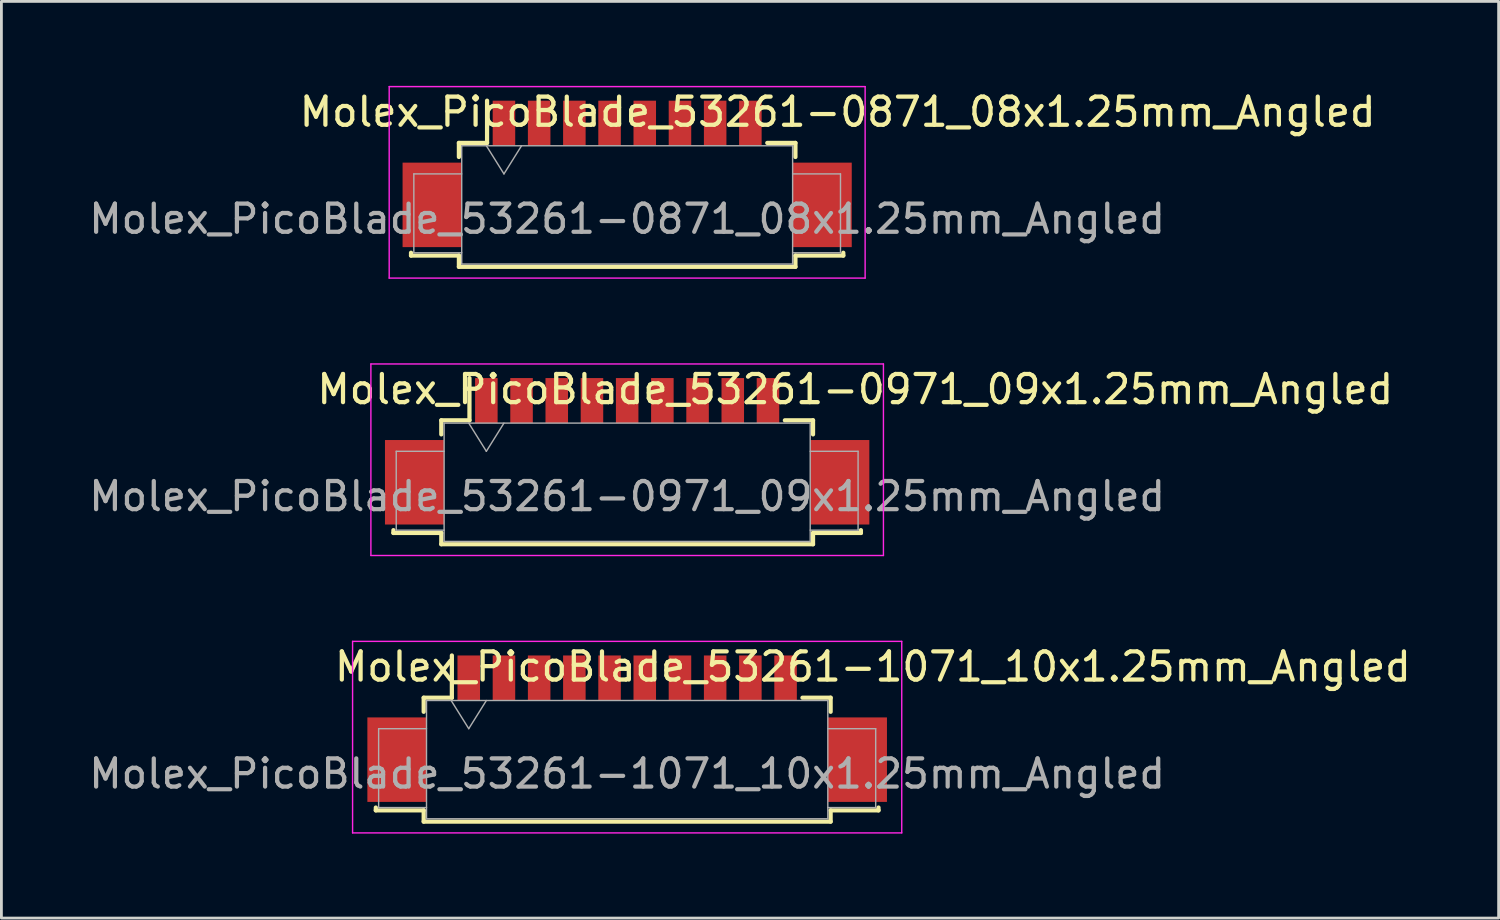
<source format=kicad_pcb>
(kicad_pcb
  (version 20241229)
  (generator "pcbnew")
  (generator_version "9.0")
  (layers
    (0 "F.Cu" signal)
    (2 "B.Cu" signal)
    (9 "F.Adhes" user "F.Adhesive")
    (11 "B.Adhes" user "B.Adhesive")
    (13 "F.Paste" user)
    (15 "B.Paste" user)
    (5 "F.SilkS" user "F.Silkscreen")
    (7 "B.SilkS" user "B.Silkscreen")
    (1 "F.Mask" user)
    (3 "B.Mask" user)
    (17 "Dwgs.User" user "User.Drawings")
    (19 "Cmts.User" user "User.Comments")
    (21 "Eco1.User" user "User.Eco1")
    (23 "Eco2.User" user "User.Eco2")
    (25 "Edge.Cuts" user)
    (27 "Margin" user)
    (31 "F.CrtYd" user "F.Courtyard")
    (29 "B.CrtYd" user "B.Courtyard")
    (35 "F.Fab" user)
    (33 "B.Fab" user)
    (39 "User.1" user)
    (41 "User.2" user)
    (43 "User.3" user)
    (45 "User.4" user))
  (footprint "Molex_PicoBlade_53261-0871_08x1.25mm_Angled"
    (layer "F.Cu")
    (at 19.22 4.225)
    (property "Reference" "Molex_PicoBlade_53261-0871_08x1.25mm_Angled" (at 0 0.5 0) (layer "F.Fab") (effects (font (size 1 1) (thickness 0.15))))
    (attr through_hole)
    (fp_line (start -7.675 1.7) (end -7.675 1.8) (stroke (width 0.15) (type solid)) (layer "F.SilkS"))
    (fp_line (start -7.675 1.8) (end -5.975 1.8) (stroke (width 0.15) (type solid)) (layer "F.SilkS"))
    (fp_line (start -5.975 -2.2) (end -5.975 -1.7) (stroke (width 0.15) (type solid)) (layer "F.SilkS"))
    (fp_line (start -5.975 1.8) (end -5.975 2.2) (stroke (width 0.15) (type solid)) (layer "F.SilkS"))
    (fp_line (start -5.975 2.2) (end 5.975 2.2) (stroke (width 0.15) (type solid)) (layer "F.SilkS"))
    (fp_line (start -4.975 -3.7) (end -4.975 -2.2) (stroke (width 0.15) (type solid)) (layer "F.SilkS"))
    (fp_line (start -4.975 -2.2) (end -5.975 -2.2) (stroke (width 0.15) (type solid)) (layer "F.SilkS"))
    (fp_line (start 4.975 -2.2) (end 5.975 -2.2) (stroke (width 0.15) (type solid)) (layer "F.SilkS"))
    (fp_line (start 5.975 -2.2) (end 5.975 -1.7) (stroke (width 0.15) (type solid)) (layer "F.SilkS"))
    (fp_line (start 5.975 1.8) (end 7.675 1.8) (stroke (width 0.15) (type solid)) (layer "F.SilkS"))
    (fp_line (start 5.975 2.2) (end 5.975 1.8) (stroke (width 0.15) (type solid)) (layer "F.SilkS"))
    (fp_line (start 7.675 1.8) (end 7.675 1.7) (stroke (width 0.15) (type solid)) (layer "F.SilkS"))
    (fp_line (start -8.45 -4.2) (end -8.45 2.6) (stroke (width 0.05) (type solid)) (layer "F.CrtYd"))
    (fp_line (start -8.45 2.6) (end 8.45 2.6) (stroke (width 0.05) (type solid)) (layer "F.CrtYd"))
    (fp_line (start 8.45 -4.2) (end -8.45 -4.2) (stroke (width 0.05) (type solid)) (layer "F.CrtYd"))
    (fp_line (start 8.45 2.6) (end 8.45 -4.2) (stroke (width 0.05) (type solid)) (layer "F.CrtYd"))
    (fp_line (start -7.575 -1.1) (end -5.875 -1.1) (stroke (width 0.05) (type solid)) (layer "F.Fab"))
    (fp_line (start -7.575 1.7) (end -7.575 -1.1) (stroke (width 0.05) (type solid)) (layer "F.Fab"))
    (fp_line (start -5.875 -2.1) (end 5.875 -2.1) (stroke (width 0.05) (type solid)) (layer "F.Fab"))
    (fp_line (start -5.875 1.7) (end -7.575 1.7) (stroke (width 0.05) (type solid)) (layer "F.Fab"))
    (fp_line (start -5.875 2.1) (end -5.875 -2.1) (stroke (width 0.05) (type solid)) (layer "F.Fab"))
    (fp_line (start -5 -2.1) (end -4.375 -1.1) (stroke (width 0.05) (type solid)) (layer "F.Fab"))
    (fp_line (start -4.375 -1.1) (end -3.75 -2.1) (stroke (width 0.05) (type solid)) (layer "F.Fab"))
    (fp_line (start 5.875 -2.1) (end 5.875 2.1) (stroke (width 0.05) (type solid)) (layer "F.Fab"))
    (fp_line (start 5.875 -1.1) (end 7.575 -1.1) (stroke (width 0.05) (type solid)) (layer "F.Fab"))
    (fp_line (start 5.875 2.1) (end -5.875 2.1) (stroke (width 0.05) (type solid)) (layer "F.Fab"))
    (fp_line (start 7.575 -1.1) (end 7.575 1.7) (stroke (width 0.05) (type solid)) (layer "F.Fab"))
    (fp_line (start 7.575 1.7) (end 5.875 1.7) (stroke (width 0.05) (type solid)) (layer "F.Fab"))
    (fp_text user "${REFERENCE}" (at 7.475 -3.3 0) (layer "F.SilkS") (effects (font (size 1 1) (thickness 0.15))))
    (pad "" smd rect (at -6.925 0) (size 2.1 3) (layers "F.Cu" "F.Mask" "F.Paste"))
    (pad "" smd rect (at 6.925 0) (size 2.1 3) (layers "F.Cu" "F.Mask" "F.Paste"))
    (pad "1" smd rect (at -4.375 -2.9) (size 0.8 1.6) (layers "F.Cu" "F.Mask" "F.Paste"))
    (pad "2" smd rect (at -3.125 -2.9) (size 0.8 1.6) (layers "F.Cu" "F.Mask" "F.Paste"))
    (pad "3" smd rect (at -1.875 -2.9) (size 0.8 1.6) (layers "F.Cu" "F.Mask" "F.Paste"))
    (pad "4" smd rect (at -0.625 -2.9) (size 0.8 1.6) (layers "F.Cu" "F.Mask" "F.Paste"))
    (pad "5" smd rect (at 0.625 -2.9) (size 0.8 1.6) (layers "F.Cu" "F.Mask" "F.Paste"))
    (pad "6" smd rect (at 1.875 -2.9) (size 0.8 1.6) (layers "F.Cu" "F.Mask" "F.Paste"))
    (pad "7" smd rect (at 3.125 -2.9) (size 0.8 1.6) (layers "F.Cu" "F.Mask" "F.Paste"))
    (pad "8" smd rect (at 4.375 -2.9) (size 0.8 1.6) (layers "F.Cu" "F.Mask" "F.Paste")))
  (footprint "Molex_PicoBlade_53261-1071_10x1.25mm_Angled"
    (layer "F.Cu")
    (at 19.22 23.925)
    (property "Reference" "Molex_PicoBlade_53261-1071_10x1.25mm_Angled" (at 0 0.5 0) (layer "F.Fab") (effects (font (size 1 1) (thickness 0.15))))
    (attr through_hole)
    (fp_line (start -8.925 1.7) (end -8.925 1.8) (stroke (width 0.15) (type solid)) (layer "F.SilkS"))
    (fp_line (start -8.925 1.8) (end -7.225 1.8) (stroke (width 0.15) (type solid)) (layer "F.SilkS"))
    (fp_line (start -7.225 -2.2) (end -7.225 -1.7) (stroke (width 0.15) (type solid)) (layer "F.SilkS"))
    (fp_line (start -7.225 1.8) (end -7.225 2.2) (stroke (width 0.15) (type solid)) (layer "F.SilkS"))
    (fp_line (start -7.225 2.2) (end 7.225 2.2) (stroke (width 0.15) (type solid)) (layer "F.SilkS"))
    (fp_line (start -6.225 -3.7) (end -6.225 -2.2) (stroke (width 0.15) (type solid)) (layer "F.SilkS"))
    (fp_line (start -6.225 -2.2) (end -7.225 -2.2) (stroke (width 0.15) (type solid)) (layer "F.SilkS"))
    (fp_line (start 6.225 -2.2) (end 7.225 -2.2) (stroke (width 0.15) (type solid)) (layer "F.SilkS"))
    (fp_line (start 7.225 -2.2) (end 7.225 -1.7) (stroke (width 0.15) (type solid)) (layer "F.SilkS"))
    (fp_line (start 7.225 1.8) (end 8.925 1.8) (stroke (width 0.15) (type solid)) (layer "F.SilkS"))
    (fp_line (start 7.225 2.2) (end 7.225 1.8) (stroke (width 0.15) (type solid)) (layer "F.SilkS"))
    (fp_line (start 8.925 1.8) (end 8.925 1.7) (stroke (width 0.15) (type solid)) (layer "F.SilkS"))
    (fp_line (start -9.75 -4.2) (end -9.75 2.6) (stroke (width 0.05) (type solid)) (layer "F.CrtYd"))
    (fp_line (start -9.75 2.6) (end 9.75 2.6) (stroke (width 0.05) (type solid)) (layer "F.CrtYd"))
    (fp_line (start 9.75 -4.2) (end -9.75 -4.2) (stroke (width 0.05) (type solid)) (layer "F.CrtYd"))
    (fp_line (start 9.75 2.6) (end 9.75 -4.2) (stroke (width 0.05) (type solid)) (layer "F.CrtYd"))
    (fp_line (start -8.825 -1.1) (end -7.125 -1.1) (stroke (width 0.05) (type solid)) (layer "F.Fab"))
    (fp_line (start -8.825 1.7) (end -8.825 -1.1) (stroke (width 0.05) (type solid)) (layer "F.Fab"))
    (fp_line (start -7.125 -2.1) (end 7.125 -2.1) (stroke (width 0.05) (type solid)) (layer "F.Fab"))
    (fp_line (start -7.125 1.7) (end -8.825 1.7) (stroke (width 0.05) (type solid)) (layer "F.Fab"))
    (fp_line (start -7.125 2.1) (end -7.125 -2.1) (stroke (width 0.05) (type solid)) (layer "F.Fab"))
    (fp_line (start -6.25 -2.1) (end -5.625 -1.1) (stroke (width 0.05) (type solid)) (layer "F.Fab"))
    (fp_line (start -5.625 -1.1) (end -5 -2.1) (stroke (width 0.05) (type solid)) (layer "F.Fab"))
    (fp_line (start 7.125 -2.1) (end 7.125 2.1) (stroke (width 0.05) (type solid)) (layer "F.Fab"))
    (fp_line (start 7.125 -1.1) (end 8.825 -1.1) (stroke (width 0.05) (type solid)) (layer "F.Fab"))
    (fp_line (start 7.125 2.1) (end -7.125 2.1) (stroke (width 0.05) (type solid)) (layer "F.Fab"))
    (fp_line (start 8.825 -1.1) (end 8.825 1.7) (stroke (width 0.05) (type solid)) (layer "F.Fab"))
    (fp_line (start 8.825 1.7) (end 7.125 1.7) (stroke (width 0.05) (type solid)) (layer "F.Fab"))
    (fp_text user "${REFERENCE}" (at 8.725 -3.3 0) (layer "F.SilkS") (effects (font (size 1 1) (thickness 0.15))))
    (pad "" smd rect (at -8.175 0) (size 2.1 3) (layers "F.Cu" "F.Mask" "F.Paste"))
    (pad "" smd rect (at 8.175 0) (size 2.1 3) (layers "F.Cu" "F.Mask" "F.Paste"))
    (pad "1" smd rect (at -5.625 -2.9) (size 0.8 1.6) (layers "F.Cu" "F.Mask" "F.Paste"))
    (pad "2" smd rect (at -4.375 -2.9) (size 0.8 1.6) (layers "F.Cu" "F.Mask" "F.Paste"))
    (pad "3" smd rect (at -3.125 -2.9) (size 0.8 1.6) (layers "F.Cu" "F.Mask" "F.Paste"))
    (pad "4" smd rect (at -1.875 -2.9) (size 0.8 1.6) (layers "F.Cu" "F.Mask" "F.Paste"))
    (pad "5" smd rect (at -0.625 -2.9) (size 0.8 1.6) (layers "F.Cu" "F.Mask" "F.Paste"))
    (pad "6" smd rect (at 0.625 -2.9) (size 0.8 1.6) (layers "F.Cu" "F.Mask" "F.Paste"))
    (pad "7" smd rect (at 1.875 -2.9) (size 0.8 1.6) (layers "F.Cu" "F.Mask" "F.Paste"))
    (pad "8" smd rect (at 3.125 -2.9) (size 0.8 1.6) (layers "F.Cu" "F.Mask" "F.Paste"))
    (pad "9" smd rect (at 4.375 -2.9) (size 0.8 1.6) (layers "F.Cu" "F.Mask" "F.Paste"))
    (pad "10" smd rect (at 5.625 -2.9) (size 0.8 1.6) (layers "F.Cu" "F.Mask" "F.Paste")))
  (footprint "Molex_PicoBlade_53261-0971_09x1.25mm_Angled"
    (layer "F.Cu")
    (at 19.22 14.075)
    (property "Reference" "Molex_PicoBlade_53261-0971_09x1.25mm_Angled" (at 0 0.5 0) (layer "F.Fab") (effects (font (size 1 1) (thickness 0.15))))
    (attr through_hole)
    (fp_line (start -8.3 1.7) (end -8.3 1.8) (stroke (width 0.15) (type solid)) (layer "F.SilkS"))
    (fp_line (start -8.3 1.8) (end -6.6 1.8) (stroke (width 0.15) (type solid)) (layer "F.SilkS"))
    (fp_line (start -6.6 -2.2) (end -6.6 -1.7) (stroke (width 0.15) (type solid)) (layer "F.SilkS"))
    (fp_line (start -6.6 1.8) (end -6.6 2.2) (stroke (width 0.15) (type solid)) (layer "F.SilkS"))
    (fp_line (start -6.6 2.2) (end 6.6 2.2) (stroke (width 0.15) (type solid)) (layer "F.SilkS"))
    (fp_line (start -5.6 -3.7) (end -5.6 -2.2) (stroke (width 0.15) (type solid)) (layer "F.SilkS"))
    (fp_line (start -5.6 -2.2) (end -6.6 -2.2) (stroke (width 0.15) (type solid)) (layer "F.SilkS"))
    (fp_line (start 5.6 -2.2) (end 6.6 -2.2) (stroke (width 0.15) (type solid)) (layer "F.SilkS"))
    (fp_line (start 6.6 -2.2) (end 6.6 -1.7) (stroke (width 0.15) (type solid)) (layer "F.SilkS"))
    (fp_line (start 6.6 1.8) (end 8.3 1.8) (stroke (width 0.15) (type solid)) (layer "F.SilkS"))
    (fp_line (start 6.6 2.2) (end 6.6 1.8) (stroke (width 0.15) (type solid)) (layer "F.SilkS"))
    (fp_line (start 8.3 1.8) (end 8.3 1.7) (stroke (width 0.15) (type solid)) (layer "F.SilkS"))
    (fp_line (start -9.1 -4.2) (end -9.1 2.6) (stroke (width 0.05) (type solid)) (layer "F.CrtYd"))
    (fp_line (start -9.1 2.6) (end 9.1 2.6) (stroke (width 0.05) (type solid)) (layer "F.CrtYd"))
    (fp_line (start 9.1 -4.2) (end -9.1 -4.2) (stroke (width 0.05) (type solid)) (layer "F.CrtYd"))
    (fp_line (start 9.1 2.6) (end 9.1 -4.2) (stroke (width 0.05) (type solid)) (layer "F.CrtYd"))
    (fp_line (start -8.2 -1.1) (end -6.5 -1.1) (stroke (width 0.05) (type solid)) (layer "F.Fab"))
    (fp_line (start -8.2 1.7) (end -8.2 -1.1) (stroke (width 0.05) (type solid)) (layer "F.Fab"))
    (fp_line (start -6.5 -2.1) (end 6.5 -2.1) (stroke (width 0.05) (type solid)) (layer "F.Fab"))
    (fp_line (start -6.5 1.7) (end -8.2 1.7) (stroke (width 0.05) (type solid)) (layer "F.Fab"))
    (fp_line (start -6.5 2.1) (end -6.5 -2.1) (stroke (width 0.05) (type solid)) (layer "F.Fab"))
    (fp_line (start -5.625 -2.1) (end -5 -1.1) (stroke (width 0.05) (type solid)) (layer "F.Fab"))
    (fp_line (start -5 -1.1) (end -4.375 -2.1) (stroke (width 0.05) (type solid)) (layer "F.Fab"))
    (fp_line (start 6.5 -2.1) (end 6.5 2.1) (stroke (width 0.05) (type solid)) (layer "F.Fab"))
    (fp_line (start 6.5 -1.1) (end 8.2 -1.1) (stroke (width 0.05) (type solid)) (layer "F.Fab"))
    (fp_line (start 6.5 2.1) (end -6.5 2.1) (stroke (width 0.05) (type solid)) (layer "F.Fab"))
    (fp_line (start 8.2 -1.1) (end 8.2 1.7) (stroke (width 0.05) (type solid)) (layer "F.Fab"))
    (fp_line (start 8.2 1.7) (end 6.5 1.7) (stroke (width 0.05) (type solid)) (layer "F.Fab"))
    (fp_text user "${REFERENCE}" (at 8.1 -3.3 0) (layer "F.SilkS") (effects (font (size 1 1) (thickness 0.15))))
    (pad "" smd rect (at -7.55 0) (size 2.1 3) (layers "F.Cu" "F.Mask" "F.Paste"))
    (pad "" smd rect (at 7.55 0) (size 2.1 3) (layers "F.Cu" "F.Mask" "F.Paste"))
    (pad "1" smd rect (at -5 -2.9) (size 0.8 1.6) (layers "F.Cu" "F.Mask" "F.Paste"))
    (pad "2" smd rect (at -3.75 -2.9) (size 0.8 1.6) (layers "F.Cu" "F.Mask" "F.Paste"))
    (pad "3" smd rect (at -2.5 -2.9) (size 0.8 1.6) (layers "F.Cu" "F.Mask" "F.Paste"))
    (pad "4" smd rect (at -1.25 -2.9) (size 0.8 1.6) (layers "F.Cu" "F.Mask" "F.Paste"))
    (pad "5" smd rect (at 0 -2.9) (size 0.8 1.6) (layers "F.Cu" "F.Mask" "F.Paste"))
    (pad "6" smd rect (at 1.25 -2.9) (size 0.8 1.6) (layers "F.Cu" "F.Mask" "F.Paste"))
    (pad "7" smd rect (at 2.5 -2.9) (size 0.8 1.6) (layers "F.Cu" "F.Mask" "F.Paste"))
    (pad "8" smd rect (at 3.75 -2.9) (size 0.8 1.6) (layers "F.Cu" "F.Mask" "F.Paste"))
    (pad "9" smd rect (at 5 -2.9) (size 0.8 1.6) (layers "F.Cu" "F.Mask" "F.Paste")))
  (gr_rect
    (start -3 -3)
    (end 50.165 29.55)
    (stroke (width 0.1) (type default))
    (fill no)
    (layer "Edge.Cuts")))
</source>
